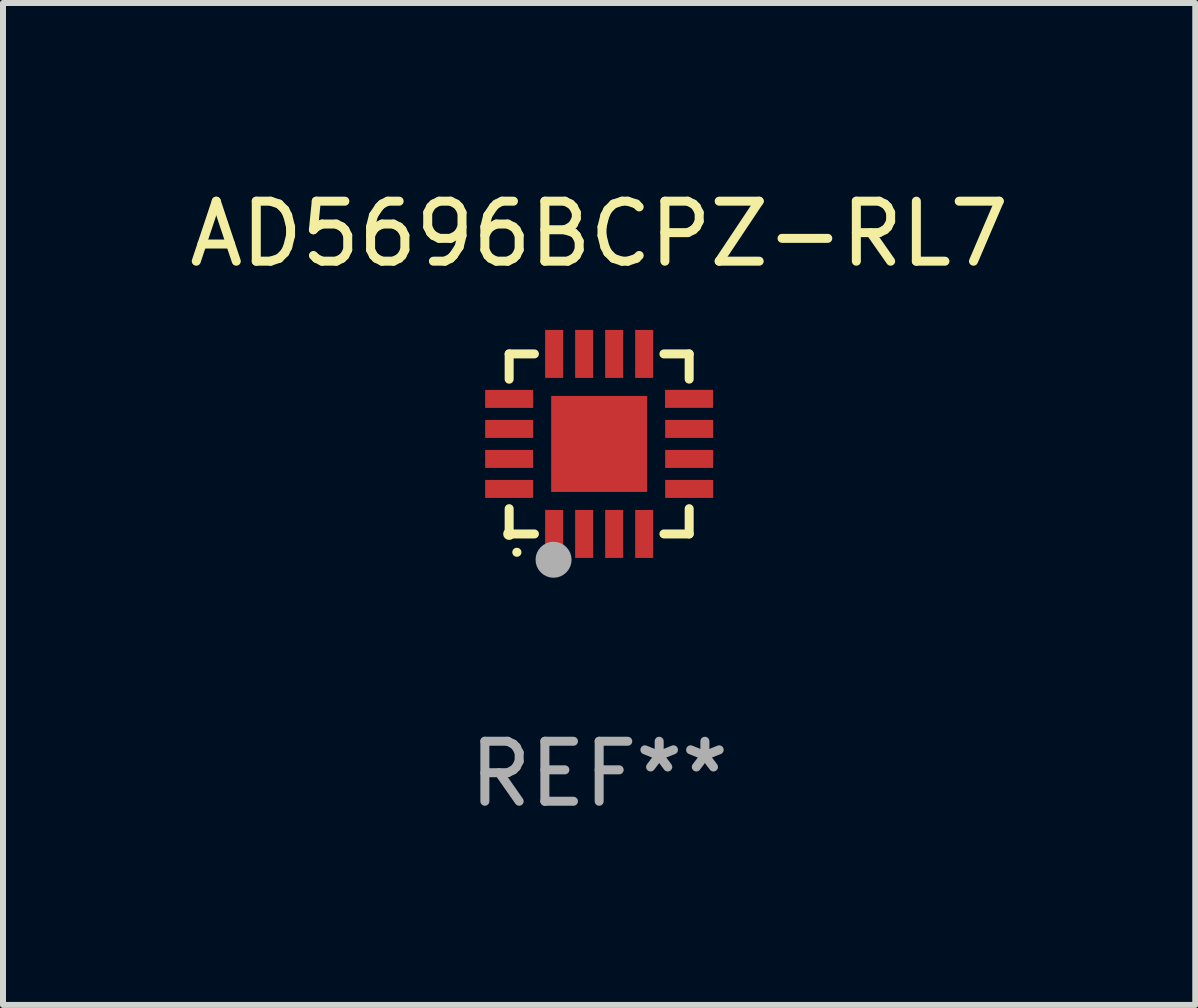
<source format=kicad_pcb>
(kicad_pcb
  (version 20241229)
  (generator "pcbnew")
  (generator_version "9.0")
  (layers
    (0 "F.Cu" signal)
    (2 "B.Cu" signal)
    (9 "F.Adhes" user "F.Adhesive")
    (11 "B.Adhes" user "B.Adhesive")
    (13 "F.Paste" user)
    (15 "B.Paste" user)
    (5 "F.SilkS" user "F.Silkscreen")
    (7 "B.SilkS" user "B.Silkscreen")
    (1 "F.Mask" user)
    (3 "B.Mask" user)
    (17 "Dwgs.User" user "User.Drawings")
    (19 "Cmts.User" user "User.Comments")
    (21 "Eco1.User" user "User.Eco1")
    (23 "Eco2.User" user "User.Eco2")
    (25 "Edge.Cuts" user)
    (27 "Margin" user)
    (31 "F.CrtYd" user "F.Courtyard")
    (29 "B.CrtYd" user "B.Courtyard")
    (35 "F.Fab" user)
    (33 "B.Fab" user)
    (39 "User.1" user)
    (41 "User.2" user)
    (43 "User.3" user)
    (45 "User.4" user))
  (footprint "AD5696BCPZ-RL7"
    (layer "F.Cu")
    (at 6.935 4.348)
    (property "Reference" "AD5696BCPZ-RL7" (at 0 -3.5 0) (layer "F.SilkS") (effects (font (size 1 1) (thickness 0.15))))
    (attr through_hole)
    (fp_line (start -1.5 -1.5) (end -1.079 -1.5) (stroke (width 0.15) (type solid)) (layer "F.SilkS"))
    (fp_line (start -1.5 -1.079) (end -1.5 -1.5) (stroke (width 0.15) (type solid)) (layer "F.SilkS"))
    (fp_line (start -1.5 1.5) (end -1.5 1.079) (stroke (width 0.15) (type solid)) (layer "F.SilkS"))
    (fp_line (start -1.5 1.5) (end -1.079 1.5) (stroke (width 0.15) (type solid)) (layer "F.SilkS"))
    (fp_line (start 1.079 -1.5) (end 1.5 -1.5) (stroke (width 0.15) (type solid)) (layer "F.SilkS"))
    (fp_line (start 1.079 1.5) (end 1.5 1.5) (stroke (width 0.15) (type solid)) (layer "F.SilkS"))
    (fp_line (start 1.5 -1.08) (end 1.5 -1.5) (stroke (width 0.15) (type solid)) (layer "F.SilkS"))
    (fp_line (start 1.5 1.5) (end 1.5 1.079) (stroke (width 0.15) (type solid)) (layer "F.SilkS"))
    (fp_arc (start -1.372885 1.805398) (mid -1.371615 1.805392) (end -1.370345 1.805398) (stroke (width 0.150114) (type solid)) (layer "F.SilkS"))
    (fp_circle (center -1.5 1.5) (end -1.45 1.5) (stroke (width 0.1) (type solid)) (fill no) (layer "F.SilkS"))
    (fp_circle (center -0.76 1.93) (end -0.61 1.93) (stroke (width 0.3) (type solid)) (fill no) (layer "F.Fab"))
    (fp_text user "REF**" (at 0 5.5 0) (layer "F.Fab") (effects (font (size 1 1) (thickness 0.15))))
    (pad "1" smd rect (at -0.75 1.5) (size 0.3 0.8) (layers "F.Cu" "F.Mask" "F.Paste"))
    (pad "2" smd rect (at -0.25 1.5) (size 0.3 0.8) (layers "F.Cu" "F.Mask" "F.Paste"))
    (pad "3" smd rect (at 0.25 1.5) (size 0.3 0.8) (layers "F.Cu" "F.Mask" "F.Paste"))
    (pad "4" smd rect (at 0.75 1.5) (size 0.3 0.8) (layers "F.Cu" "F.Mask" "F.Paste"))
    (pad "5" smd rect (at 1.5 0.75) (size 0.8 0.3) (layers "F.Cu" "F.Mask" "F.Paste"))
    (pad "6" smd rect (at 1.5 0.25) (size 0.8 0.3) (layers "F.Cu" "F.Mask" "F.Paste"))
    (pad "7" smd rect (at 1.5 -0.25) (size 0.8 0.3) (layers "F.Cu" "F.Mask" "F.Paste"))
    (pad "8" smd rect (at 1.498 -0.751) (size 0.8 0.3) (layers "F.Cu" "F.Mask" "F.Paste"))
    (pad "9" smd rect (at 0.75 -1.5) (size 0.3 0.8) (layers "F.Cu" "F.Mask" "F.Paste"))
    (pad "10" smd rect (at 0.25 -1.5) (size 0.3 0.8) (layers "F.Cu" "F.Mask" "F.Paste"))
    (pad "11" smd rect (at -0.25 -1.5) (size 0.3 0.8) (layers "F.Cu" "F.Mask" "F.Paste"))
    (pad "12" smd rect (at -0.75 -1.5) (size 0.3 0.8) (layers "F.Cu" "F.Mask" "F.Paste"))
    (pad "13" smd rect (at -1.5 -0.75) (size 0.8 0.3) (layers "F.Cu" "F.Mask" "F.Paste"))
    (pad "14" smd rect (at -1.5 -0.25) (size 0.8 0.3) (layers "F.Cu" "F.Mask" "F.Paste"))
    (pad "15" smd rect (at -1.5 0.25) (size 0.8 0.3) (layers "F.Cu" "F.Mask" "F.Paste"))
    (pad "16" smd rect (at -1.5 0.75) (size 0.8 0.3) (layers "F.Cu" "F.Mask" "F.Paste"))
    (pad "17" smd rect (at -0.000114 0.00014) (size 1.6 1.6) (layers "F.Cu" "F.Mask" "F.Paste")))
  (gr_rect
    (start -3 -3)
    (end 16.869 13.697)
    (stroke (width 0.1) (type default))
    (fill no)
    (layer "Edge.Cuts")))
</source>
